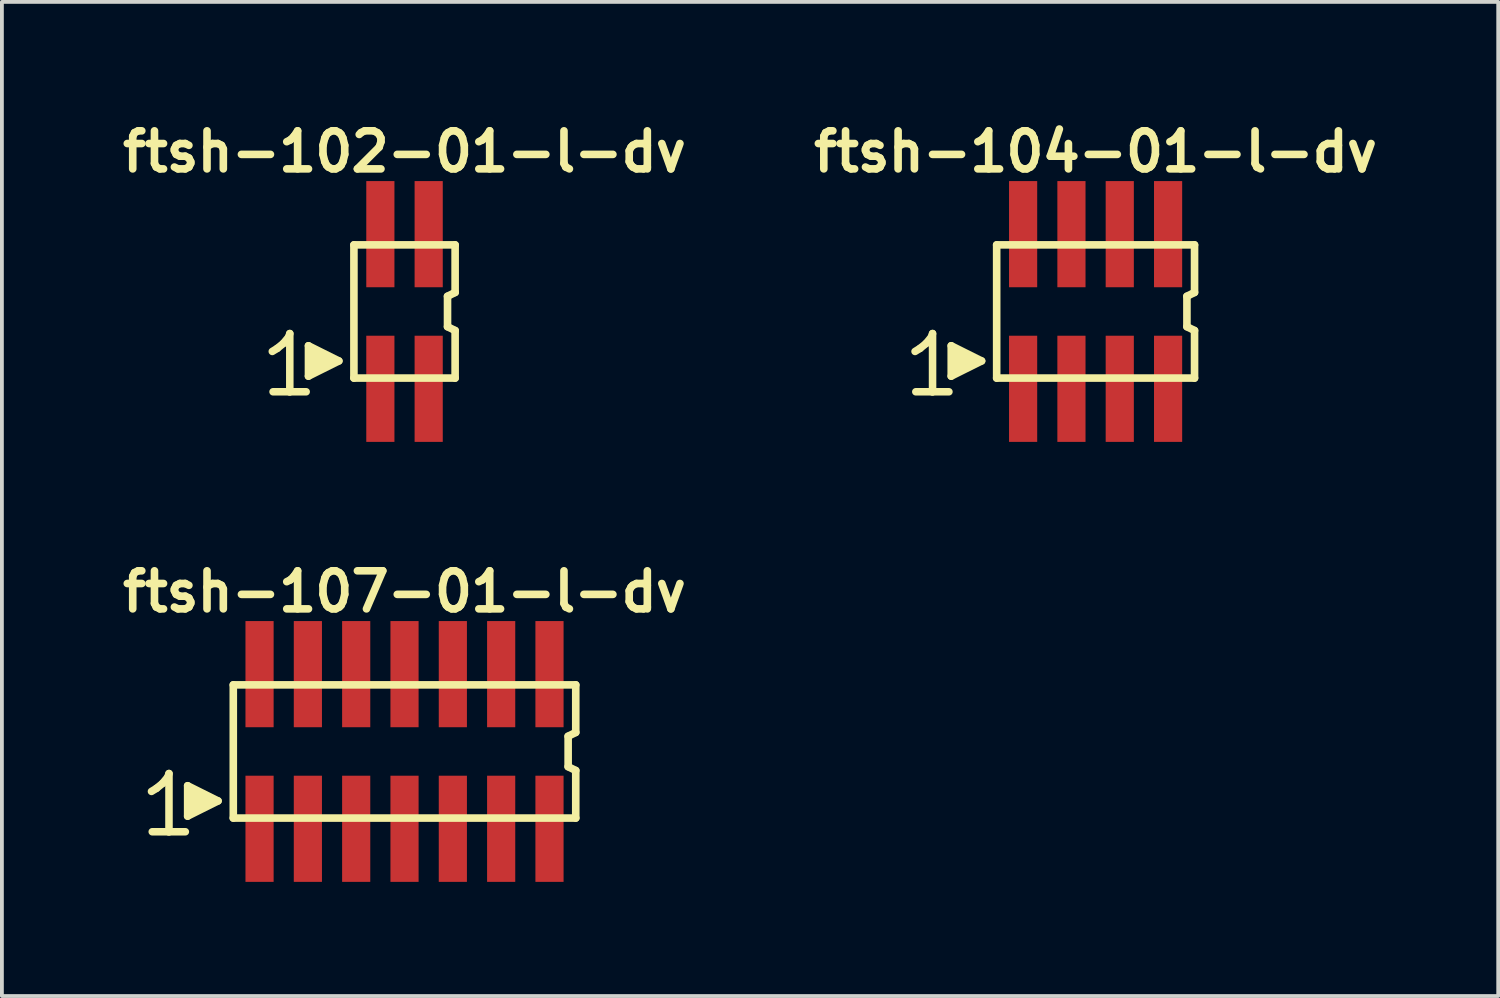
<source format=kicad_pcb>
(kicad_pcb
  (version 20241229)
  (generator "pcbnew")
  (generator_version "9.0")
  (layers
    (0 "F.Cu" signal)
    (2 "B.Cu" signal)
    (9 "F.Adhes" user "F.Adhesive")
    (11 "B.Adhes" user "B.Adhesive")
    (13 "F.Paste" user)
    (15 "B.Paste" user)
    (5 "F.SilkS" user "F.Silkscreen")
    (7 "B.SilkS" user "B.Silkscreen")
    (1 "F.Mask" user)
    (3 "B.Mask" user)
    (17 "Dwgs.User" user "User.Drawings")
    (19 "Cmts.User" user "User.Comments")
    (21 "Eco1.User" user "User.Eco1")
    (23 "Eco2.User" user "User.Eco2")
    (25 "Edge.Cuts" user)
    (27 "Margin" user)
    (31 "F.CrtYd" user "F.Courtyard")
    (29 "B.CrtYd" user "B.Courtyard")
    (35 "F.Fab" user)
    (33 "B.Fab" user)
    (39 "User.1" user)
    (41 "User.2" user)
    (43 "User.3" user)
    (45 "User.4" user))
  (footprint "ftsh-102-01-l-dv"
    (layer "F.Cu")
    (at 7.581 5.136)
    (property "Reference" "ftsh-102-01-l-dv" (at 0 -4.2 0) (layer "F.SilkS") (effects (font (size 1 1) (thickness 0.2))))
    (attr through_hole)
    (fp_line (start -3.475 1.05) (end -3.345 0.97) (stroke (width 0.198) (type solid)) (layer "F.SilkS"))
    (fp_line (start -3.345 0.97) (end -3.185 0.84) (stroke (width 0.198) (type solid)) (layer "F.SilkS"))
    (fp_line (start -3.185 0.84) (end -3.045 0.67) (stroke (width 0.198) (type solid)) (layer "F.SilkS"))
    (fp_line (start -3.045 0.67) (end -3.015 0.58) (stroke (width 0.198) (type solid)) (layer "F.SilkS"))
    (fp_line (start -3.015 0.58) (end -3.015 2.11) (stroke (width 0.198) (type solid)) (layer "F.SilkS"))
    (fp_line (start -3.015 2.11) (end -3.455 2.11) (stroke (width 0.198) (type solid)) (layer "F.SilkS"))
    (fp_line (start -2.585 2.11) (end -3.025 2.11) (stroke (width 0.198) (type solid)) (layer "F.SilkS"))
    (fp_line (start -2.525 0.9) (end -1.725 1.3) (stroke (width 0.198) (type solid)) (layer "F.SilkS"))
    (fp_line (start -2.525 1.7) (end -2.525 0.9) (stroke (width 0.198) (type solid)) (layer "F.SilkS"))
    (fp_line (start -2.425 1.6) (end -2.425 1) (stroke (width 0.198) (type solid)) (layer "F.SilkS"))
    (fp_line (start -2.325 1.1) (end -2.325 1.5) (stroke (width 0.198) (type solid)) (layer "F.SilkS"))
    (fp_line (start -2.225 1.5) (end -2.225 1.1) (stroke (width 0.198) (type solid)) (layer "F.SilkS"))
    (fp_line (start -2.125 1.2) (end -2.125 1.4) (stroke (width 0.198) (type solid)) (layer "F.SilkS"))
    (fp_line (start -2.025 1.4) (end -2.025 1.2) (stroke (width 0.198) (type solid)) (layer "F.SilkS"))
    (fp_line (start -1.725 1.3) (end -2.525 1.7) (stroke (width 0.198) (type solid)) (layer "F.SilkS"))
    (fp_line (start -1.33 -1.75) (end -1.33 1.75) (stroke (width 0.2) (type solid)) (layer "F.SilkS"))
    (fp_line (start -1.33 -1.75) (end 1.33 -1.75) (stroke (width 0.2) (type solid)) (layer "F.SilkS"))
    (fp_line (start -1.33 1.75) (end 1.33 1.75) (stroke (width 0.2) (type solid)) (layer "F.SilkS"))
    (fp_line (start 1.13 -0.4) (end 1.13 0.4) (stroke (width 0.2) (type solid)) (layer "F.SilkS"))
    (fp_line (start 1.13 -0.4) (end 1.33 -0.5) (stroke (width 0.2) (type solid)) (layer "F.SilkS"))
    (fp_line (start 1.13 0.4) (end 1.33 0.5) (stroke (width 0.2) (type solid)) (layer "F.SilkS"))
    (fp_line (start 1.33 -0.5) (end 1.33 -1.75) (stroke (width 0.2) (type solid)) (layer "F.SilkS"))
    (fp_line (start 1.33 0.5) (end 1.33 1.75) (stroke (width 0.2) (type solid)) (layer "F.SilkS"))
    (pad "1" smd rect (at -0.635 2.032) (size 0.74 2.79) (layers "F.Cu" "F.Mask" "F.Paste"))
    (pad "2" smd rect (at -0.635 -2.032) (size 0.74 2.79) (layers "F.Cu" "F.Mask" "F.Paste"))
    (pad "3" smd rect (at 0.635 2.032) (size 0.74 2.79) (layers "F.Cu" "F.Mask" "F.Paste"))
    (pad "4" smd rect (at 0.635 -2.032) (size 0.74 2.79) (layers "F.Cu" "F.Mask" "F.Paste")))
  (footprint "ftsh-104-01-l-dv"
    (layer "F.Cu")
    (at 25.743 5.136)
    (property "Reference" "ftsh-104-01-l-dv" (at 0 -4.2 0) (layer "F.SilkS") (effects (font (size 1 1) (thickness 0.2))))
    (attr through_hole)
    (fp_line (start -4.745 1.05) (end -4.615 0.97) (stroke (width 0.198) (type solid)) (layer "F.SilkS"))
    (fp_line (start -4.615 0.97) (end -4.455 0.84) (stroke (width 0.198) (type solid)) (layer "F.SilkS"))
    (fp_line (start -4.455 0.84) (end -4.315 0.67) (stroke (width 0.198) (type solid)) (layer "F.SilkS"))
    (fp_line (start -4.315 0.67) (end -4.285 0.58) (stroke (width 0.198) (type solid)) (layer "F.SilkS"))
    (fp_line (start -4.285 0.58) (end -4.285 2.11) (stroke (width 0.198) (type solid)) (layer "F.SilkS"))
    (fp_line (start -4.285 2.11) (end -4.725 2.11) (stroke (width 0.198) (type solid)) (layer "F.SilkS"))
    (fp_line (start -3.855 2.11) (end -4.295 2.11) (stroke (width 0.198) (type solid)) (layer "F.SilkS"))
    (fp_line (start -3.795 0.9) (end -2.995 1.3) (stroke (width 0.198) (type solid)) (layer "F.SilkS"))
    (fp_line (start -3.795 1.7) (end -3.795 0.9) (stroke (width 0.198) (type solid)) (layer "F.SilkS"))
    (fp_line (start -3.695 1.6) (end -3.695 1) (stroke (width 0.198) (type solid)) (layer "F.SilkS"))
    (fp_line (start -3.595 1.1) (end -3.595 1.5) (stroke (width 0.198) (type solid)) (layer "F.SilkS"))
    (fp_line (start -3.495 1.5) (end -3.495 1.1) (stroke (width 0.198) (type solid)) (layer "F.SilkS"))
    (fp_line (start -3.395 1.2) (end -3.395 1.4) (stroke (width 0.198) (type solid)) (layer "F.SilkS"))
    (fp_line (start -3.295 1.4) (end -3.295 1.2) (stroke (width 0.198) (type solid)) (layer "F.SilkS"))
    (fp_line (start -2.995 1.3) (end -3.795 1.7) (stroke (width 0.198) (type solid)) (layer "F.SilkS"))
    (fp_line (start -2.6 -1.75) (end -2.6 1.75) (stroke (width 0.2) (type solid)) (layer "F.SilkS"))
    (fp_line (start -2.6 -1.75) (end 2.6 -1.75) (stroke (width 0.2) (type solid)) (layer "F.SilkS"))
    (fp_line (start -2.6 1.75) (end 2.6 1.75) (stroke (width 0.2) (type solid)) (layer "F.SilkS"))
    (fp_line (start 2.4 -0.4) (end 2.4 0.4) (stroke (width 0.2) (type solid)) (layer "F.SilkS"))
    (fp_line (start 2.4 -0.4) (end 2.6 -0.5) (stroke (width 0.2) (type solid)) (layer "F.SilkS"))
    (fp_line (start 2.4 0.4) (end 2.6 0.5) (stroke (width 0.2) (type solid)) (layer "F.SilkS"))
    (fp_line (start 2.6 -0.5) (end 2.6 -1.75) (stroke (width 0.2) (type solid)) (layer "F.SilkS"))
    (fp_line (start 2.6 0.5) (end 2.6 1.75) (stroke (width 0.2) (type solid)) (layer "F.SilkS"))
    (pad "1" smd rect (at -1.905 2.032) (size 0.74 2.79) (layers "F.Cu" "F.Mask" "F.Paste"))
    (pad "2" smd rect (at -1.905 -2.032) (size 0.74 2.79) (layers "F.Cu" "F.Mask" "F.Paste"))
    (pad "3" smd rect (at -0.635 2.032) (size 0.74 2.79) (layers "F.Cu" "F.Mask" "F.Paste"))
    (pad "4" smd rect (at -0.635 -2.032) (size 0.74 2.79) (layers "F.Cu" "F.Mask" "F.Paste"))
    (pad "5" smd rect (at 0.635 2.032) (size 0.74 2.79) (layers "F.Cu" "F.Mask" "F.Paste"))
    (pad "6" smd rect (at 0.635 -2.032) (size 0.74 2.79) (layers "F.Cu" "F.Mask" "F.Paste"))
    (pad "7" smd rect (at 1.905 2.032) (size 0.74 2.79) (layers "F.Cu" "F.Mask" "F.Paste"))
    (pad "8" smd rect (at 1.905 -2.032) (size 0.74 2.79) (layers "F.Cu" "F.Mask" "F.Paste")))
  (footprint "ftsh-107-01-l-dv"
    (layer "F.Cu")
    (at 7.581 16.699)
    (property "Reference" "ftsh-107-01-l-dv" (at 0 -4.2 0) (layer "F.SilkS") (effects (font (size 1 1) (thickness 0.2))))
    (attr through_hole)
    (fp_line (start -6.65 1.05) (end -6.52 0.97) (stroke (width 0.198) (type solid)) (layer "F.SilkS"))
    (fp_line (start -6.52 0.97) (end -6.36 0.84) (stroke (width 0.198) (type solid)) (layer "F.SilkS"))
    (fp_line (start -6.36 0.84) (end -6.22 0.67) (stroke (width 0.198) (type solid)) (layer "F.SilkS"))
    (fp_line (start -6.22 0.67) (end -6.19 0.58) (stroke (width 0.198) (type solid)) (layer "F.SilkS"))
    (fp_line (start -6.19 0.58) (end -6.19 2.11) (stroke (width 0.198) (type solid)) (layer "F.SilkS"))
    (fp_line (start -6.19 2.11) (end -6.63 2.11) (stroke (width 0.198) (type solid)) (layer "F.SilkS"))
    (fp_line (start -5.76 2.11) (end -6.2 2.11) (stroke (width 0.198) (type solid)) (layer "F.SilkS"))
    (fp_line (start -5.7 0.9) (end -4.9 1.3) (stroke (width 0.198) (type solid)) (layer "F.SilkS"))
    (fp_line (start -5.7 1.7) (end -5.7 0.9) (stroke (width 0.198) (type solid)) (layer "F.SilkS"))
    (fp_line (start -5.6 1.6) (end -5.6 1) (stroke (width 0.198) (type solid)) (layer "F.SilkS"))
    (fp_line (start -5.5 1.1) (end -5.5 1.5) (stroke (width 0.198) (type solid)) (layer "F.SilkS"))
    (fp_line (start -5.4 1.5) (end -5.4 1.1) (stroke (width 0.198) (type solid)) (layer "F.SilkS"))
    (fp_line (start -5.3 1.2) (end -5.3 1.4) (stroke (width 0.198) (type solid)) (layer "F.SilkS"))
    (fp_line (start -5.2 1.4) (end -5.2 1.2) (stroke (width 0.198) (type solid)) (layer "F.SilkS"))
    (fp_line (start -4.9 1.3) (end -5.7 1.7) (stroke (width 0.198) (type solid)) (layer "F.SilkS"))
    (fp_line (start -4.5 -1.75) (end -4.5 1.75) (stroke (width 0.2) (type solid)) (layer "F.SilkS"))
    (fp_line (start -4.5 -1.75) (end 4.5 -1.75) (stroke (width 0.2) (type solid)) (layer "F.SilkS"))
    (fp_line (start -4.5 1.75) (end 4.5 1.75) (stroke (width 0.2) (type solid)) (layer "F.SilkS"))
    (fp_line (start 4.3 -0.4) (end 4.3 0.4) (stroke (width 0.2) (type solid)) (layer "F.SilkS"))
    (fp_line (start 4.3 0.4) (end 4.5 0.5) (stroke (width 0.2) (type solid)) (layer "F.SilkS"))
    (fp_line (start 4.5 -0.5) (end 4.3 -0.4) (stroke (width 0.2) (type solid)) (layer "F.SilkS"))
    (fp_line (start 4.5 -0.5) (end 4.5 -1.75) (stroke (width 0.2) (type solid)) (layer "F.SilkS"))
    (fp_line (start 4.5 0.5) (end 4.5 1.75) (stroke (width 0.2) (type solid)) (layer "F.SilkS"))
    (pad "1" smd rect (at -3.81 2.032) (size 0.74 2.79) (layers "F.Cu" "F.Mask" "F.Paste"))
    (pad "2" smd rect (at -3.81 -2.032) (size 0.74 2.79) (layers "F.Cu" "F.Mask" "F.Paste"))
    (pad "3" smd rect (at -2.54 2.032) (size 0.74 2.79) (layers "F.Cu" "F.Mask" "F.Paste"))
    (pad "4" smd rect (at -2.54 -2.032) (size 0.74 2.79) (layers "F.Cu" "F.Mask" "F.Paste"))
    (pad "5" smd rect (at -1.27 2.032) (size 0.74 2.79) (layers "F.Cu" "F.Mask" "F.Paste"))
    (pad "6" smd rect (at -1.27 -2.032) (size 0.74 2.79) (layers "F.Cu" "F.Mask" "F.Paste"))
    (pad "7" smd rect (at 0 2.032) (size 0.74 2.79) (layers "F.Cu" "F.Mask" "F.Paste"))
    (pad "8" smd rect (at 0 -2.032) (size 0.74 2.79) (layers "F.Cu" "F.Mask" "F.Paste"))
    (pad "9" smd rect (at 1.27 2.032) (size 0.74 2.79) (layers "F.Cu" "F.Mask" "F.Paste"))
    (pad "10" smd rect (at 1.27 -2.032) (size 0.74 2.79) (layers "F.Cu" "F.Mask" "F.Paste"))
    (pad "11" smd rect (at 2.54 2.032) (size 0.74 2.79) (layers "F.Cu" "F.Mask" "F.Paste"))
    (pad "12" smd rect (at 2.54 -2.032) (size 0.74 2.79) (layers "F.Cu" "F.Mask" "F.Paste"))
    (pad "13" smd rect (at 3.81 2.032) (size 0.74 2.79) (layers "F.Cu" "F.Mask" "F.Paste"))
    (pad "14" smd rect (at 3.81 -2.032) (size 0.74 2.79) (layers "F.Cu" "F.Mask" "F.Paste")))
  (gr_rect
    (start -3 -3)
    (end 36.324 23.126)
    (stroke (width 0.1) (type default))
    (fill no)
    (layer "Edge.Cuts")))
</source>
